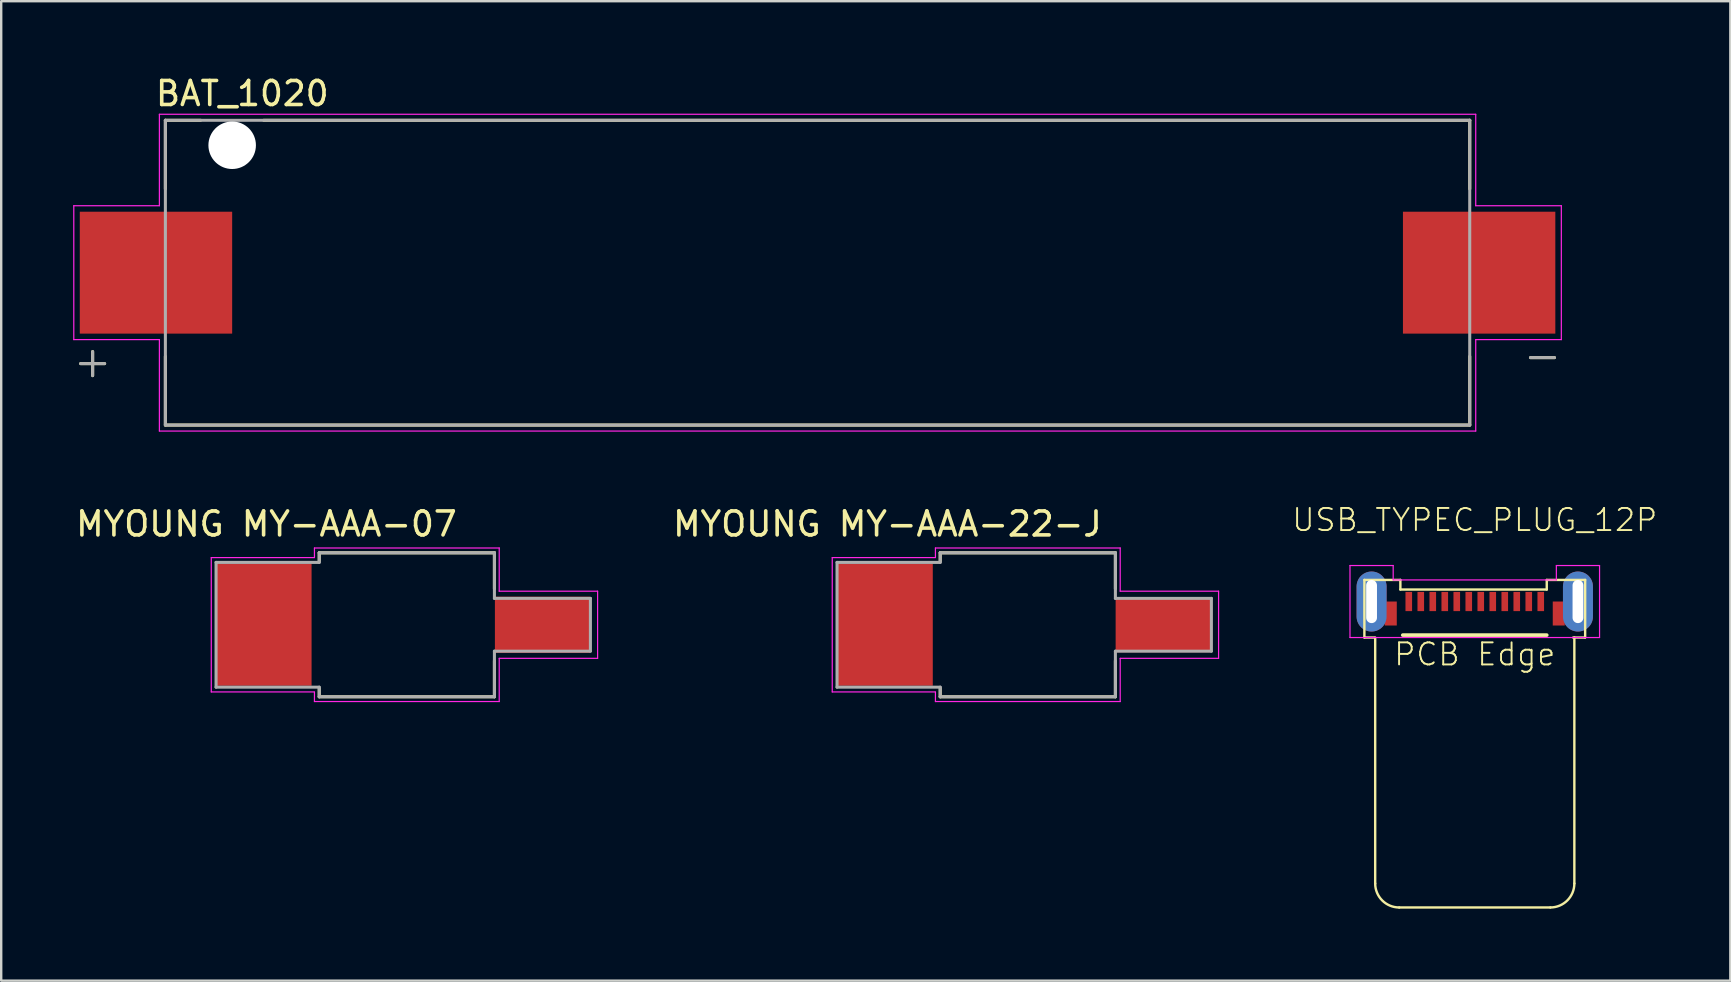
<source format=kicad_pcb>
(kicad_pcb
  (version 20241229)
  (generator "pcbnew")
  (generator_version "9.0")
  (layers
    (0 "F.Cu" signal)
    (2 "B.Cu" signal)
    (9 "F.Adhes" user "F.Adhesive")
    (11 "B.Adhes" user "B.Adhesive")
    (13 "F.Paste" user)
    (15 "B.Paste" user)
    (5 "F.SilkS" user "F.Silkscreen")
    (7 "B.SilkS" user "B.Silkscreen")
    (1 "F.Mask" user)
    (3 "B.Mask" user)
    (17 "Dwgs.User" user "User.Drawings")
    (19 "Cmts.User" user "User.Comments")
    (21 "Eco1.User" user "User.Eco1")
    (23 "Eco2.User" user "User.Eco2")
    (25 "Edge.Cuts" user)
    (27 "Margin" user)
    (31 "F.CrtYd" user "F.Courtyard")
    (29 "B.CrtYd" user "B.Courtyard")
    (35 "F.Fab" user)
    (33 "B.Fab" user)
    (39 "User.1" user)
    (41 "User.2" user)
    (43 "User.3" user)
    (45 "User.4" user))
  (footprint "MYOUNG MY-AAA-07"
    (layer "F.Cu")
    (at 7.954 22.986)
    (property "Reference" "MYOUNG MY-AAA-07" (at 0.1 -4.2 0) (layer "F.SilkS") (effects (font (size 1 1) (thickness 0.15))))
    (attr smd)
    (fp_line (start 2.3 -3) (end 9.6 -3) (stroke (width 0.127) (type solid)) (layer "F.SilkS"))
    (fp_line (start 2.3 -2.65) (end 2.3 -3) (stroke (width 0.127) (type solid)) (layer "F.SilkS"))
    (fp_line (start 2.3 2.65) (end 2.3 3) (stroke (width 0.127) (type solid)) (layer "F.SilkS"))
    (fp_line (start 2.3 3) (end 9.6 3) (stroke (width 0.127) (type solid)) (layer "F.SilkS"))
    (fp_line (start 9.6 -1.5) (end 9.6 -3) (stroke (width 0.127) (type solid)) (layer "F.SilkS"))
    (fp_line (start 9.6 1.5) (end 9.6 3) (stroke (width 0.127) (type solid)) (layer "F.SilkS"))
    (fp_line (start -2.2 -2.8) (end -2.2 2.8) (stroke (width 0.05) (type solid)) (layer "F.CrtYd"))
    (fp_line (start -2.2 -2.8) (end 2.09 -2.8) (stroke (width 0.05) (type solid)) (layer "F.CrtYd"))
    (fp_line (start -2.2 2.8) (end 2.09 2.8) (stroke (width 0.05) (type solid)) (layer "F.CrtYd"))
    (fp_line (start 2.1 -3.2) (end 2.1 -2.8) (stroke (width 0.05) (type solid)) (layer "F.CrtYd"))
    (fp_line (start 2.1 -3.2) (end 9.8 -3.2) (stroke (width 0.05) (type solid)) (layer "F.CrtYd"))
    (fp_line (start 2.1 3.2) (end 2.1 2.8) (stroke (width 0.05) (type solid)) (layer "F.CrtYd"))
    (fp_line (start 2.1 3.2) (end 9.8 3.2) (stroke (width 0.05) (type solid)) (layer "F.CrtYd"))
    (fp_line (start 9.8 -3.2) (end 9.8 -1.4) (stroke (width 0.05) (type solid)) (layer "F.CrtYd"))
    (fp_line (start 9.8 -1.4) (end 13.9 -1.4) (stroke (width 0.05) (type solid)) (layer "F.CrtYd"))
    (fp_line (start 9.8 1.4) (end 13.9 1.4) (stroke (width 0.05) (type solid)) (layer "F.CrtYd"))
    (fp_line (start 9.8 3.2) (end 9.8 1.4) (stroke (width 0.05) (type solid)) (layer "F.CrtYd"))
    (fp_line (start 13.9 1.4) (end 13.9 -1.4) (stroke (width 0.05) (type solid)) (layer "F.CrtYd"))
    (fp_line (start -2 2.6) (end -2 -2.6) (stroke (width 0.127) (type solid)) (layer "F.Fab"))
    (fp_line (start 2.3 -3) (end 2.3 -2.6) (stroke (width 0.127) (type solid)) (layer "F.Fab"))
    (fp_line (start 2.3 -2.6) (end -2 -2.6) (stroke (width 0.127) (type solid)) (layer "F.Fab"))
    (fp_line (start 2.3 2.6) (end -2 2.6) (stroke (width 0.127) (type solid)) (layer "F.Fab"))
    (fp_line (start 2.3 3) (end 2.3 2.6) (stroke (width 0.127) (type solid)) (layer "F.Fab"))
    (fp_line (start 9.6 -3) (end 2.3 -3) (stroke (width 0.127) (type solid)) (layer "F.Fab"))
    (fp_line (start 9.6 -3) (end 9.6 -1.1) (stroke (width 0.127) (type solid)) (layer "F.Fab"))
    (fp_line (start 9.6 3) (end 2.3 3) (stroke (width 0.127) (type solid)) (layer "F.Fab"))
    (fp_line (start 9.6 3) (end 9.6 1.1) (stroke (width 0.127) (type solid)) (layer "F.Fab"))
    (fp_line (start 13.6 -1.1) (end 9.6 -1.1) (stroke (width 0.127) (type solid)) (layer "F.Fab"))
    (fp_line (start 13.6 -1.1) (end 13.6 1.1) (stroke (width 0.127) (type solid)) (layer "F.Fab"))
    (fp_line (start 13.6 1.1) (end 9.6 1.1) (stroke (width 0.127) (type solid)) (layer "F.Fab"))
    (pad "1" smd rect (at 0 0) (size 3.96 5.08) (layers "F.Cu" "F.Mask" "F.Paste"))
    (pad "1" smd rect (at 11.6 0) (size 3.96 2.34) (layers "F.Cu" "F.Mask" "F.Paste")))
  (footprint "BAT_1020"
    (layer "F.Cu")
    (at 31.02 8.313)
    (property "Reference" "BAT_1020" (at -23.973 -7.465 0) (layer "F.SilkS") (effects (font (size 1 1) (thickness 0.15))))
    (attr smd)
    (fp_line (start -30.71 3.79) (end -29.71 3.79) (stroke (width 0.127) (type solid)) (layer "F.SilkS"))
    (fp_line (start -30.21 3.29) (end -30.21 4.29) (stroke (width 0.127) (type solid)) (layer "F.SilkS"))
    (fp_line (start -27.178 -6.35) (end -25.71 -6.35) (stroke (width 0.127) (type solid)) (layer "F.SilkS"))
    (fp_line (start -27.178 -3.49) (end -27.178 -6.35) (stroke (width 0.127) (type solid)) (layer "F.SilkS"))
    (fp_line (start -27.178 6.35) (end -27.178 3.49) (stroke (width 0.127) (type solid)) (layer "F.SilkS"))
    (fp_line (start -23.08 -6.35) (end 27.178 -6.35) (stroke (width 0.127) (type solid)) (layer "F.SilkS"))
    (fp_line (start 27.178 -6.35) (end 27.178 -3.49) (stroke (width 0.127) (type solid)) (layer "F.SilkS"))
    (fp_line (start 27.178 3.49) (end 27.178 6.35) (stroke (width 0.127) (type solid)) (layer "F.SilkS"))
    (fp_line (start 27.178 6.35) (end -27.178 6.35) (stroke (width 0.127) (type solid)) (layer "F.SilkS"))
    (fp_line (start 29.71 3.54) (end 30.71 3.54) (stroke (width 0.127) (type solid)) (layer "F.SilkS"))
    (fp_line (start -30.995 -2.79) (end -30.995 2.79) (stroke (width 0.05) (type solid)) (layer "F.CrtYd"))
    (fp_line (start -30.995 -2.79) (end -27.428 -2.79) (stroke (width 0.05) (type solid)) (layer "F.CrtYd"))
    (fp_line (start -30.995 2.79) (end -27.428 2.79) (stroke (width 0.05) (type solid)) (layer "F.CrtYd"))
    (fp_line (start -27.428 -2.79) (end -27.428 -6.6) (stroke (width 0.05) (type solid)) (layer "F.CrtYd"))
    (fp_line (start -27.428 2.79) (end -27.428 6.6) (stroke (width 0.05) (type solid)) (layer "F.CrtYd"))
    (fp_line (start -27.428 6.6) (end 27.428 6.6) (stroke (width 0.05) (type solid)) (layer "F.CrtYd"))
    (fp_line (start 27.428 -6.6) (end -27.428 -6.6) (stroke (width 0.05) (type solid)) (layer "F.CrtYd"))
    (fp_line (start 27.428 -6.6) (end 27.428 -2.79) (stroke (width 0.05) (type solid)) (layer "F.CrtYd"))
    (fp_line (start 27.428 -2.79) (end 30.995 -2.79) (stroke (width 0.05) (type solid)) (layer "F.CrtYd"))
    (fp_line (start 27.428 2.79) (end 27.428 6.6) (stroke (width 0.05) (type solid)) (layer "F.CrtYd"))
    (fp_line (start 27.428 2.79) (end 30.995 2.79) (stroke (width 0.05) (type solid)) (layer "F.CrtYd"))
    (fp_line (start 30.995 2.79) (end 30.995 -2.79) (stroke (width 0.05) (type solid)) (layer "F.CrtYd"))
    (fp_line (start -30.71 3.79) (end -29.71 3.79) (stroke (width 0.127) (type solid)) (layer "F.Fab"))
    (fp_line (start -30.21 3.29) (end -30.21 4.29) (stroke (width 0.127) (type solid)) (layer "F.Fab"))
    (fp_line (start -27.178 -6.35) (end 27.178 -6.35) (stroke (width 0.127) (type solid)) (layer "F.Fab"))
    (fp_line (start -27.178 6.35) (end -27.178 -6.35) (stroke (width 0.127) (type solid)) (layer "F.Fab"))
    (fp_line (start 27.178 -6.35) (end 27.178 6.35) (stroke (width 0.127) (type solid)) (layer "F.Fab"))
    (fp_line (start 27.178 6.35) (end -27.178 6.35) (stroke (width 0.127) (type solid)) (layer "F.Fab"))
    (fp_line (start 29.71 3.54) (end 30.71 3.54) (stroke (width 0.127) (type solid)) (layer "F.Fab"))
    (pad "" np_thru_hole circle (at -24.395 -5.31) (size 1.98 1.98) (drill 1.98) (layers "*.Cu" "*.Mask"))
    (pad "N" smd rect (at 27.57 0) (size 6.35 5.08) (layers "F.Cu" "F.Mask" "F.Paste"))
    (pad "P" smd rect (at -27.57 0) (size 6.35 5.08) (layers "F.Cu" "F.Mask" "F.Paste")))
  (footprint "MYOUNG MY-AAA-22-J"
    (layer "F.Cu")
    (at 33.832 22.986)
    (property "Reference" "MYOUNG MY-AAA-22-J" (at 0.1 -4.2 0) (layer "F.SilkS") (effects (font (size 1 1) (thickness 0.15))))
    (attr smd)
    (fp_line (start 2.3 -3) (end 9.6 -3) (stroke (width 0.127) (type solid)) (layer "F.SilkS"))
    (fp_line (start 2.3 -2.65) (end 2.3 -3) (stroke (width 0.127) (type solid)) (layer "F.SilkS"))
    (fp_line (start 2.3 2.65) (end 2.3 3) (stroke (width 0.127) (type solid)) (layer "F.SilkS"))
    (fp_line (start 2.3 3) (end 9.6 3) (stroke (width 0.127) (type solid)) (layer "F.SilkS"))
    (fp_line (start 9.6 -1.5) (end 9.6 -3) (stroke (width 0.127) (type solid)) (layer "F.SilkS"))
    (fp_line (start 9.6 1.5) (end 9.6 3) (stroke (width 0.127) (type solid)) (layer "F.SilkS"))
    (fp_line (start -2.2 -2.8) (end -2.2 2.8) (stroke (width 0.05) (type solid)) (layer "F.CrtYd"))
    (fp_line (start -2.2 -2.8) (end 2.09 -2.8) (stroke (width 0.05) (type solid)) (layer "F.CrtYd"))
    (fp_line (start -2.2 2.8) (end 2.09 2.8) (stroke (width 0.05) (type solid)) (layer "F.CrtYd"))
    (fp_line (start 2.1 -3.2) (end 2.1 -2.8) (stroke (width 0.05) (type solid)) (layer "F.CrtYd"))
    (fp_line (start 2.1 -3.2) (end 9.8 -3.2) (stroke (width 0.05) (type solid)) (layer "F.CrtYd"))
    (fp_line (start 2.1 3.2) (end 2.1 2.8) (stroke (width 0.05) (type solid)) (layer "F.CrtYd"))
    (fp_line (start 2.1 3.2) (end 9.8 3.2) (stroke (width 0.05) (type solid)) (layer "F.CrtYd"))
    (fp_line (start 9.8 -3.2) (end 9.8 -1.4) (stroke (width 0.05) (type solid)) (layer "F.CrtYd"))
    (fp_line (start 9.8 -1.4) (end 13.9 -1.4) (stroke (width 0.05) (type solid)) (layer "F.CrtYd"))
    (fp_line (start 9.8 1.4) (end 13.9 1.4) (stroke (width 0.05) (type solid)) (layer "F.CrtYd"))
    (fp_line (start 9.8 3.2) (end 9.8 1.4) (stroke (width 0.05) (type solid)) (layer "F.CrtYd"))
    (fp_line (start 13.9 1.4) (end 13.9 -1.4) (stroke (width 0.05) (type solid)) (layer "F.CrtYd"))
    (fp_line (start -2 2.6) (end -2 -2.6) (stroke (width 0.127) (type solid)) (layer "F.Fab"))
    (fp_line (start 2.3 -3) (end 2.3 -2.6) (stroke (width 0.127) (type solid)) (layer "F.Fab"))
    (fp_line (start 2.3 -2.6) (end -2 -2.6) (stroke (width 0.127) (type solid)) (layer "F.Fab"))
    (fp_line (start 2.3 2.6) (end -2 2.6) (stroke (width 0.127) (type solid)) (layer "F.Fab"))
    (fp_line (start 2.3 3) (end 2.3 2.6) (stroke (width 0.127) (type solid)) (layer "F.Fab"))
    (fp_line (start 9.6 -3) (end 2.3 -3) (stroke (width 0.127) (type solid)) (layer "F.Fab"))
    (fp_line (start 9.6 -3) (end 9.6 -1.1) (stroke (width 0.127) (type solid)) (layer "F.Fab"))
    (fp_line (start 9.6 3) (end 2.3 3) (stroke (width 0.127) (type solid)) (layer "F.Fab"))
    (fp_line (start 9.6 3) (end 9.6 1.1) (stroke (width 0.127) (type solid)) (layer "F.Fab"))
    (fp_line (start 13.6 -1.1) (end 9.6 -1.1) (stroke (width 0.127) (type solid)) (layer "F.Fab"))
    (fp_line (start 13.6 -1.1) (end 13.6 1.1) (stroke (width 0.127) (type solid)) (layer "F.Fab"))
    (fp_line (start 13.6 1.1) (end 9.6 1.1) (stroke (width 0.127) (type solid)) (layer "F.Fab"))
    (pad "1" smd rect (at 0 0) (size 3.98 5.08) (layers "F.Cu" "F.Mask" "F.Paste"))
    (pad "1" smd rect (at 11.6 0) (size 3.98 2.29) (layers "F.Cu" "F.Mask" "F.Paste")))
  (footprint "USB_TYPEC_PLUG_12P"
    (layer "F.Cu")
    (at 58.408 22.017)
    (property "Reference" "USB_TYPEC_PLUG_12P" (at 0 -3.4 0) (unlocked yes) (layer "F.SilkS") (effects (font (size 0.92 0.92) (thickness 0.08))))
    (fp_line (start -4.6 -0.9) (end -3.1 -0.9) (stroke (width 0.1) (type solid)) (layer "F.SilkS"))
    (fp_line (start -4.6 1.5) (end -4.6 -0.9) (stroke (width 0.1) (type solid)) (layer "F.SilkS"))
    (fp_line (start -4.2 1.5) (end -4.6 1.5) (stroke (width 0.1) (type solid)) (layer "F.SilkS"))
    (fp_line (start -4.15 1.5) (end -4.15 11.75) (stroke (width 0.1) (type solid)) (layer "F.SilkS"))
    (fp_line (start -3.15 12.75) (end 3.15 12.75) (stroke (width 0.1) (type solid)) (layer "F.SilkS"))
    (fp_line (start -3.1 -0.9) (end -3.1 -0.5) (stroke (width 0.1) (type solid)) (layer "F.SilkS"))
    (fp_line (start -3.1 -0.5) (end 3 -0.5) (stroke (width 0.1) (type solid)) (layer "F.SilkS"))
    (fp_line (start -3 1.4) (end 3 1.4) (stroke (width 0.152) (type solid)) (layer "F.SilkS"))
    (fp_line (start 3 -0.9) (end 4.6 -0.9) (stroke (width 0.1) (type solid)) (layer "F.SilkS"))
    (fp_line (start 3 -0.5) (end 3 -0.9) (stroke (width 0.1) (type solid)) (layer "F.SilkS"))
    (fp_line (start 4.15 11.75) (end 4.15 1.5) (stroke (width 0.1) (type solid)) (layer "F.SilkS"))
    (fp_line (start 4.6 -0.9) (end 4.6 1.5) (stroke (width 0.1) (type solid)) (layer "F.SilkS"))
    (fp_line (start 4.6 1.5) (end 4.1 1.5) (stroke (width 0.1) (type solid)) (layer "F.SilkS"))
    (fp_arc (start -3.15 12.75) (mid -3.857107 12.457107) (end -4.15 11.75) (stroke (width 0.1) (type solid)) (layer "F.SilkS"))
    (fp_arc (start 4.15 11.75) (mid 3.857107 12.457107) (end 3.15 12.75) (stroke (width 0.1) (type solid)) (layer "F.SilkS"))
    (fp_line (start -5.2 1.5) (end -5.2 -1.5) (stroke (width 0.05) (type default)) (layer "F.CrtYd"))
    (fp_line (start -3.4 -1.5) (end -5.2 -1.5) (stroke (width 0.05) (type default)) (layer "F.CrtYd"))
    (fp_line (start -3.4 -0.9) (end -3.4 -1.5) (stroke (width 0.05) (type default)) (layer "F.CrtYd"))
    (fp_line (start 3.4 -1.5) (end 3.4 -0.9) (stroke (width 0.05) (type default)) (layer "F.CrtYd"))
    (fp_line (start 3.4 -0.9) (end -3.4 -0.9) (stroke (width 0.05) (type default)) (layer "F.CrtYd"))
    (fp_line (start 5.2 -1.5) (end 3.4 -1.5) (stroke (width 0.05) (type default)) (layer "F.CrtYd"))
    (fp_line (start 5.2 -1.5) (end 5.2 1.5) (stroke (width 0.05) (type default)) (layer "F.CrtYd"))
    (fp_line (start 5.2 1.5) (end -5.2 1.5) (stroke (width 0.05) (type default)) (layer "F.CrtYd"))
    (fp_text user "PCB Edge" (at 0 2.2 0) (unlocked yes) (layer "F.SilkS") (effects (font (size 0.92 0.92) (thickness 0.08))))
    (pad "A1" smd rect (at 2.75 0 90) (size 0.8 0.275) (layers "F.Cu" "F.Mask" "F.Paste"))
    (pad "A2" smd rect (at 2.25 0 90) (size 0.8 0.275) (layers "F.Cu" "F.Mask" "F.Paste"))
    (pad "A3" smd rect (at 1.75 0 90) (size 0.8 0.275) (layers "F.Cu" "F.Mask" "F.Paste"))
    (pad "A4" smd rect (at 1.25 0 90) (size 0.8 0.275) (layers "F.Cu" "F.Mask" "F.Paste"))
    (pad "A5" smd rect (at -1.25 0 90) (size 0.8 0.275) (layers "F.Cu" "F.Mask" "F.Paste"))
    (pad "A6" smd rect (at -1.75 0 90) (size 0.8 0.275) (layers "F.Cu" "F.Mask" "F.Paste"))
    (pad "A7" smd rect (at -2.25 0 90) (size 0.8 0.275) (layers "F.Cu" "F.Mask" "F.Paste"))
    (pad "A12" smd rect (at -2.75 0 90) (size 0.8 0.275) (layers "F.Cu" "F.Mask" "F.Paste"))
    (pad "B9" smd rect (at -0.75 0 90) (size 0.8 0.275) (layers "F.Cu" "F.Mask" "F.Paste"))
    (pad "B10" smd rect (at -0.25 0 90) (size 0.8 0.275) (layers "F.Cu" "F.Mask" "F.Paste"))
    (pad "B11" smd rect (at 0.25 0 90) (size 0.8 0.275) (layers "F.Cu" "F.Mask" "F.Paste"))
    (pad "B12" smd rect (at 0.75 0 90) (size 0.8 0.275) (layers "F.Cu" "F.Mask" "F.Paste"))
    (pad "S1" thru_hole oval (at -4.3 0 90) (size 2.5 1.25) (drill oval 1.8 0.45) (layers "*.Cu" "*.Mask"))
    (pad "S1" smd rect (at -3.5 0.5 90) (size 1 0.5) (layers "F.Cu" "F.Mask" "F.Paste"))
    (pad "S1" smd rect (at 3.5 0.5 90) (size 1 0.5) (layers "F.Cu" "F.Mask" "F.Paste"))
    (pad "S1" thru_hole oval (at 4.3 0 90) (size 2.5 1.25) (drill oval 1.8 0.45) (layers "*.Cu" "*.Mask")))
  (gr_rect
    (start -3 -3)
    (end 69.059 37.817)
    (stroke (width 0.1) (type default))
    (fill no)
    (layer "Edge.Cuts")))
</source>
